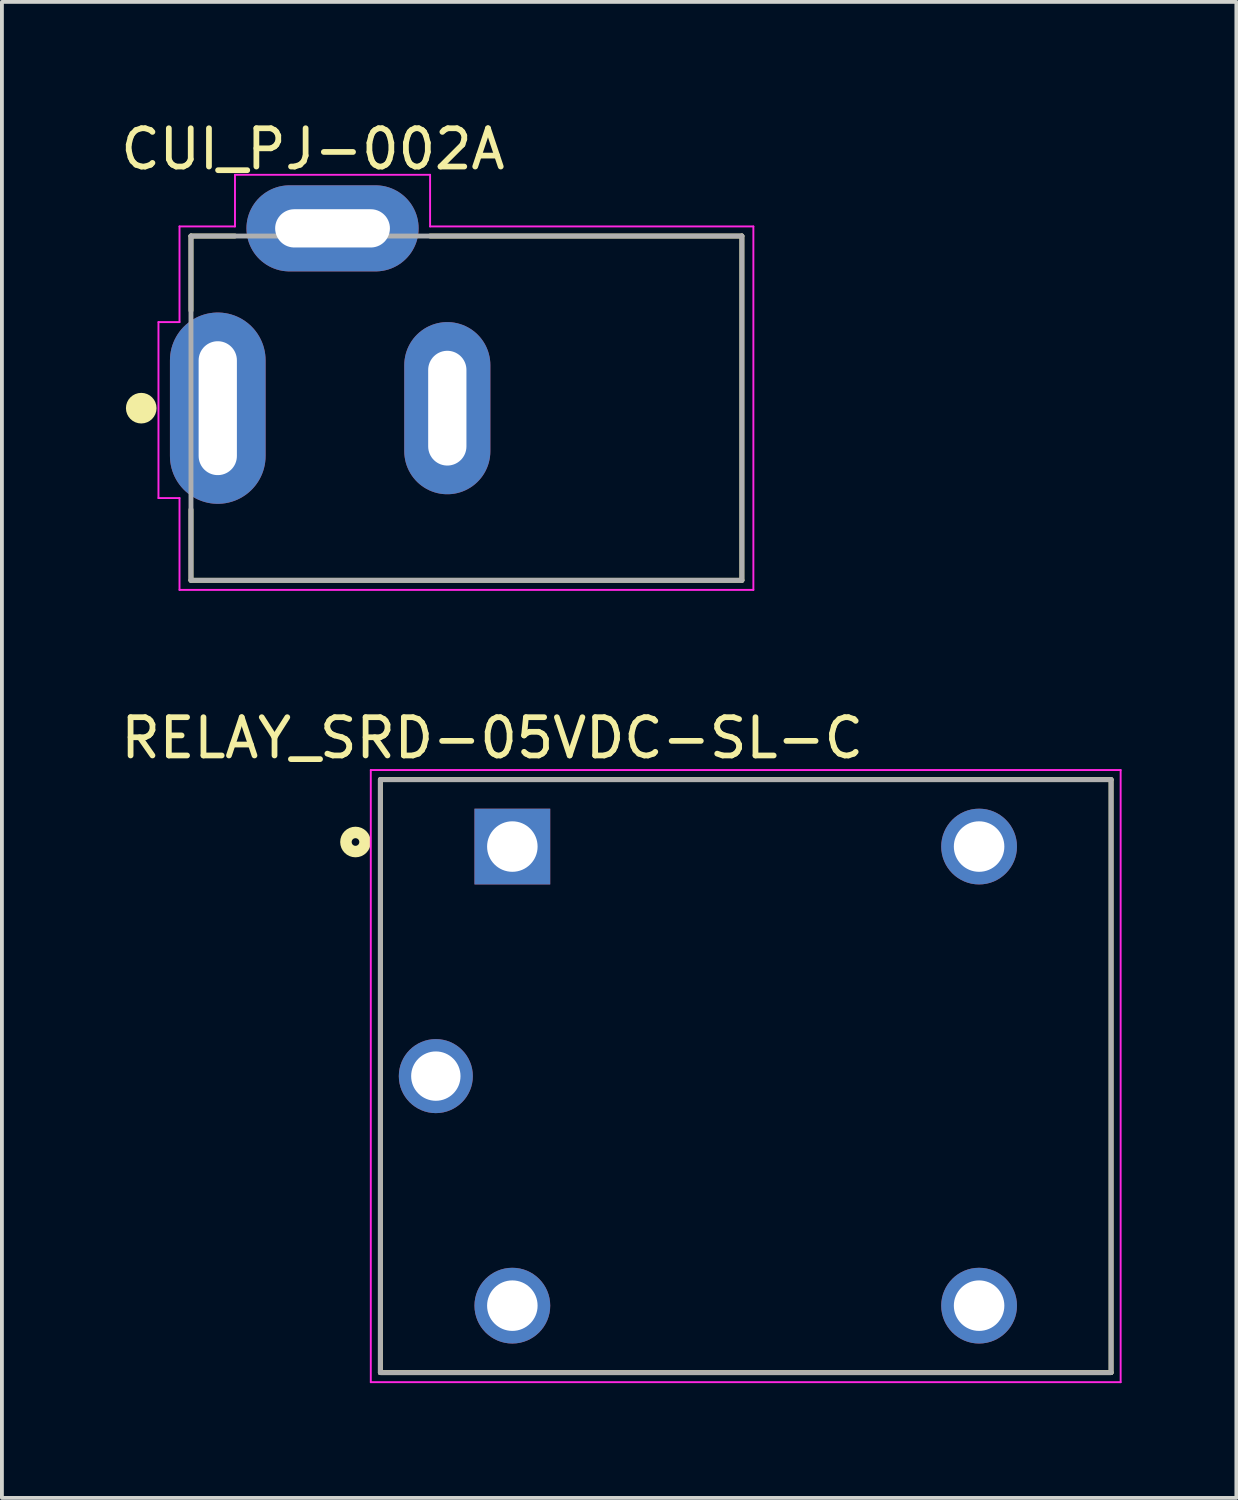
<source format=kicad_pcb>
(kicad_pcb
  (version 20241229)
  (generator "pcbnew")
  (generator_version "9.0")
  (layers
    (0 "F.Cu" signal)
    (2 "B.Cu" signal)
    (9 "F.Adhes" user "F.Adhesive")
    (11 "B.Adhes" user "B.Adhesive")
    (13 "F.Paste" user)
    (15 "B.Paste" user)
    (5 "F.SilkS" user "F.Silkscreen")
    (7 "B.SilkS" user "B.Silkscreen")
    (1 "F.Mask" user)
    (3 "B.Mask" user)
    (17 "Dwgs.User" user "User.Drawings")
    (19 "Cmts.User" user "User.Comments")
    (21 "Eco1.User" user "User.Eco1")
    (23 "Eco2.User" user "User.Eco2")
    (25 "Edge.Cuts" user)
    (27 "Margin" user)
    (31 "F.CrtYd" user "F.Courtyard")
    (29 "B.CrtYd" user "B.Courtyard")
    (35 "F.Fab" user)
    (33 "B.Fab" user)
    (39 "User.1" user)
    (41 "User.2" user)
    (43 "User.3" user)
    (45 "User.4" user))
  (footprint "RELAY_SRD-05VDC-SL-C"
    (layer "F.Cu")
    (at 16.442 25.078)
    (property "Reference" "RELAY_SRD-05VDC-SL-C" (at -6.626 -8.836 0) (layer "F.SilkS") (effects (font (size 1 1) (thickness 0.15))))
    (attr through_hole)
    (fp_line (start -9.55 -7.75) (end 9.55 -7.75) (stroke (width 0.127) (type solid)) (layer "F.SilkS"))
    (fp_line (start -9.55 7.75) (end -9.55 -7.75) (stroke (width 0.127) (type solid)) (layer "F.SilkS"))
    (fp_line (start 9.55 -7.75) (end 9.55 7.75) (stroke (width 0.127) (type solid)) (layer "F.SilkS"))
    (fp_line (start 9.55 7.75) (end -9.55 7.75) (stroke (width 0.127) (type solid)) (layer "F.SilkS"))
    (fp_circle (center -10.2 -6.119) (end -10.1 -6.119) (stroke (width 0.3) (type solid)) (fill no) (layer "F.SilkS"))
    (fp_line (start -9.8 -8) (end 9.8 -8) (stroke (width 0.05) (type solid)) (layer "F.CrtYd"))
    (fp_line (start -9.8 8) (end -9.8 -8) (stroke (width 0.05) (type solid)) (layer "F.CrtYd"))
    (fp_line (start 9.8 -8) (end 9.8 8) (stroke (width 0.05) (type solid)) (layer "F.CrtYd"))
    (fp_line (start 9.8 8) (end -9.8 8) (stroke (width 0.05) (type solid)) (layer "F.CrtYd"))
    (fp_line (start -9.55 -7.75) (end 9.55 -7.75) (stroke (width 0.127) (type solid)) (layer "F.Fab"))
    (fp_line (start -9.55 7.75) (end -9.55 -7.75) (stroke (width 0.127) (type solid)) (layer "F.Fab"))
    (fp_line (start 9.55 -7.75) (end 9.55 7.75) (stroke (width 0.127) (type solid)) (layer "F.Fab"))
    (fp_line (start 9.55 7.75) (end -9.55 7.75) (stroke (width 0.127) (type solid)) (layer "F.Fab"))
    (pad "A1" thru_hole rect (at -6.1 -6) (size 1.98 1.98) (drill 1.32) (layers "*.Cu" "*.Mask"))
    (pad "A2" thru_hole circle (at -6.1 6) (size 1.98 1.98) (drill 1.32) (layers "*.Cu" "*.Mask"))
    (pad "COM" thru_hole circle (at -8.1 0) (size 1.935 1.935) (drill 1.29) (layers "*.Cu" "*.Mask"))
    (pad "NC" thru_hole circle (at 6.1 -6) (size 1.98 1.98) (drill 1.32) (layers "*.Cu" "*.Mask"))
    (pad "NO" thru_hole circle (at 6.1 6) (size 1.98 1.98) (drill 1.32) (layers "*.Cu" "*.Mask")))
  (footprint "CUI_PJ-002A"
    (layer "F.Cu")
    (at 2.642 7.619)
    (property "Reference" "CUI_PJ-002A" (at 2.487 -6.771 0) (layer "F.SilkS") (effects (font (size 1.001 1.001) (thickness 0.15))))
    (attr through_hole)
    (fp_line (start -0.7 -4.5) (end 0.45 -4.5) (stroke (width 0.127) (type solid)) (layer "F.SilkS"))
    (fp_line (start -0.7 -2.55) (end -0.7 -4.5) (stroke (width 0.127) (type solid)) (layer "F.SilkS"))
    (fp_line (start -0.7 4.5) (end -0.7 2.65) (stroke (width 0.127) (type solid)) (layer "F.SilkS"))
    (fp_line (start 5.55 -4.5) (end 13.7 -4.5) (stroke (width 0.127) (type solid)) (layer "F.SilkS"))
    (fp_line (start 13.7 -4.5) (end 13.7 4.5) (stroke (width 0.127) (type solid)) (layer "F.SilkS"))
    (fp_line (start 13.7 4.5) (end -0.7 4.5) (stroke (width 0.127) (type solid)) (layer "F.SilkS"))
    (fp_circle (center -2 0) (end -1.8 0) (stroke (width 0.4) (type solid)) (fill no) (layer "F.SilkS"))
    (fp_line (start -1.55 -2.25) (end -1.55 2.35) (stroke (width 0.05) (type solid)) (layer "F.CrtYd"))
    (fp_line (start -1.55 2.35) (end -1 2.35) (stroke (width 0.05) (type solid)) (layer "F.CrtYd"))
    (fp_line (start -1 -4.75) (end 0.45 -4.75) (stroke (width 0.05) (type solid)) (layer "F.CrtYd"))
    (fp_line (start -1 -2.25) (end -1.55 -2.25) (stroke (width 0.05) (type solid)) (layer "F.CrtYd"))
    (fp_line (start -1 -2.25) (end -1 -4.75) (stroke (width 0.05) (type solid)) (layer "F.CrtYd"))
    (fp_line (start -1 4.75) (end -1 2.35) (stroke (width 0.05) (type solid)) (layer "F.CrtYd"))
    (fp_line (start 0.45 -6.1) (end 5.55 -6.1) (stroke (width 0.05) (type solid)) (layer "F.CrtYd"))
    (fp_line (start 0.45 -4.75) (end 0.45 -6.1) (stroke (width 0.05) (type solid)) (layer "F.CrtYd"))
    (fp_line (start 5.55 -6.1) (end 5.55 -4.75) (stroke (width 0.05) (type solid)) (layer "F.CrtYd"))
    (fp_line (start 5.55 -4.75) (end 14 -4.75) (stroke (width 0.05) (type solid)) (layer "F.CrtYd"))
    (fp_line (start 14 -4.75) (end 14 4.75) (stroke (width 0.05) (type solid)) (layer "F.CrtYd"))
    (fp_line (start 14 4.75) (end -1 4.75) (stroke (width 0.05) (type solid)) (layer "F.CrtYd"))
    (fp_line (start -0.7 -4.5) (end 13.7 -4.5) (stroke (width 0.127) (type solid)) (layer "F.Fab"))
    (fp_line (start -0.7 4.5) (end -0.7 -4.5) (stroke (width 0.127) (type solid)) (layer "F.Fab"))
    (fp_line (start 13.7 -4.5) (end 13.7 4.5) (stroke (width 0.127) (type solid)) (layer "F.Fab"))
    (fp_line (start 13.7 4.5) (end -0.7 4.5) (stroke (width 0.127) (type solid)) (layer "F.Fab"))
    (pad "1" thru_hole oval (at 0 0) (size 2.5 5) (drill oval 1 3.5) (layers "*.Cu" "*.Mask"))
    (pad "2" thru_hole oval (at 6 0) (size 2.25 4.5) (drill oval 1 3) (layers "*.Cu" "*.Mask"))
    (pad "3" thru_hole oval (at 3 -4.7) (size 4.5 2.25) (drill oval 3 1) (layers "*.Cu" "*.Mask")))
  (gr_rect
    (start -3 -3)
    (end 29.267 36.103)
    (stroke (width 0.1) (type default))
    (fill no)
    (layer "Edge.Cuts")))
</source>
